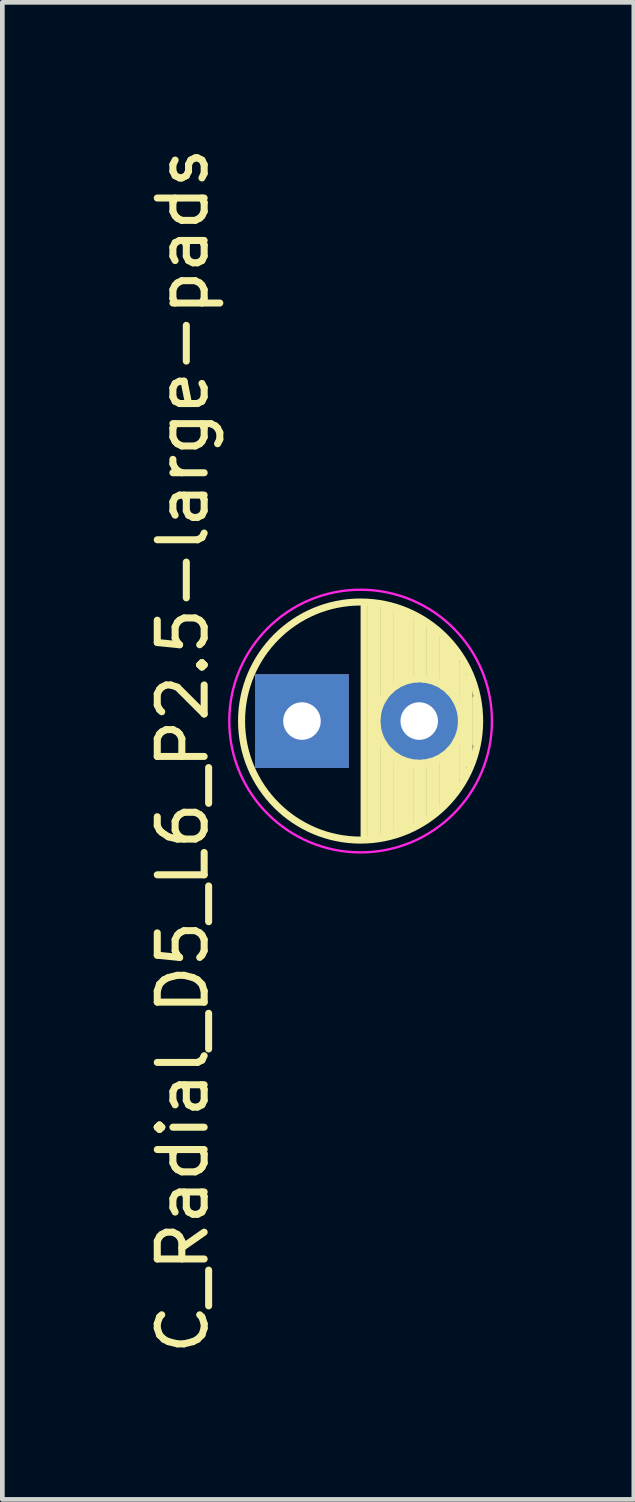
<source format=kicad_pcb>
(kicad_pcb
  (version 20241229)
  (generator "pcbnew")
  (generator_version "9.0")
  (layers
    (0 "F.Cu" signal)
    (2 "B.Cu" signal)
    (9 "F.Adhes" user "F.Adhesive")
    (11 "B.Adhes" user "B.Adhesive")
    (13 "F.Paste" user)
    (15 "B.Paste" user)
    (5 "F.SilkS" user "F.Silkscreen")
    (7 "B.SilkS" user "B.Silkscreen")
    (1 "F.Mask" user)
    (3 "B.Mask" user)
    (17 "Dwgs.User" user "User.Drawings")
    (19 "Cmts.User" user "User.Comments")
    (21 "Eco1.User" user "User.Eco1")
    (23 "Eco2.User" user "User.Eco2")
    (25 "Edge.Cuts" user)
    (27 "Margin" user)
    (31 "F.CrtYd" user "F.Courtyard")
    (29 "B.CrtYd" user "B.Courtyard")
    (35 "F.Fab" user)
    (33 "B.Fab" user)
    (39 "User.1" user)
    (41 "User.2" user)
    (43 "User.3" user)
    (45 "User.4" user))
  (footprint "C_Radial_D5_L6_P2.5-large-pads"
    (layer "F.Cu")
    (at 3.388 12.323)
    (property "Reference" "C_Radial_D5_L6_P2.5-large-pads" (at -2.54 0.635 90) (layer "F.SilkS") (effects (font (size 1 1) (thickness 0.15))))
    (attr through_hole)
    (fp_line (start 1.325 -2.499) (end 1.325 2.499) (stroke (width 0.15) (type solid)) (layer "F.SilkS"))
    (fp_line (start 1.465 -2.491) (end 1.465 2.491) (stroke (width 0.15) (type solid)) (layer "F.SilkS"))
    (fp_line (start 1.605 -2.475) (end 1.605 -0.095) (stroke (width 0.15) (type solid)) (layer "F.SilkS"))
    (fp_line (start 1.605 0.095) (end 1.605 2.475) (stroke (width 0.15) (type solid)) (layer "F.SilkS"))
    (fp_line (start 1.745 -2.451) (end 1.745 -0.49) (stroke (width 0.15) (type solid)) (layer "F.SilkS"))
    (fp_line (start 1.745 0.49) (end 1.745 2.451) (stroke (width 0.15) (type solid)) (layer "F.SilkS"))
    (fp_line (start 1.885 -2.418) (end 1.885 -0.657) (stroke (width 0.15) (type solid)) (layer "F.SilkS"))
    (fp_line (start 1.885 0.657) (end 1.885 2.418) (stroke (width 0.15) (type solid)) (layer "F.SilkS"))
    (fp_line (start 2.025 -2.377) (end 2.025 -0.764) (stroke (width 0.15) (type solid)) (layer "F.SilkS"))
    (fp_line (start 2.025 0.764) (end 2.025 2.377) (stroke (width 0.15) (type solid)) (layer "F.SilkS"))
    (fp_line (start 2.165 -2.327) (end 2.165 -0.835) (stroke (width 0.15) (type solid)) (layer "F.SilkS"))
    (fp_line (start 2.165 0.835) (end 2.165 2.327) (stroke (width 0.15) (type solid)) (layer "F.SilkS"))
    (fp_line (start 2.305 -2.266) (end 2.305 -0.879) (stroke (width 0.15) (type solid)) (layer "F.SilkS"))
    (fp_line (start 2.305 0.879) (end 2.305 2.266) (stroke (width 0.15) (type solid)) (layer "F.SilkS"))
    (fp_line (start 2.445 -2.196) (end 2.445 -0.898) (stroke (width 0.15) (type solid)) (layer "F.SilkS"))
    (fp_line (start 2.445 0.898) (end 2.445 2.196) (stroke (width 0.15) (type solid)) (layer "F.SilkS"))
    (fp_line (start 2.585 -2.114) (end 2.585 -0.896) (stroke (width 0.15) (type solid)) (layer "F.SilkS"))
    (fp_line (start 2.585 0.896) (end 2.585 2.114) (stroke (width 0.15) (type solid)) (layer "F.SilkS"))
    (fp_line (start 2.725 -2.019) (end 2.725 -0.871) (stroke (width 0.15) (type solid)) (layer "F.SilkS"))
    (fp_line (start 2.725 0.871) (end 2.725 2.019) (stroke (width 0.15) (type solid)) (layer "F.SilkS"))
    (fp_line (start 2.865 -1.908) (end 2.865 -0.823) (stroke (width 0.15) (type solid)) (layer "F.SilkS"))
    (fp_line (start 2.865 0.823) (end 2.865 1.908) (stroke (width 0.15) (type solid)) (layer "F.SilkS"))
    (fp_line (start 3.005 -1.78) (end 3.005 -0.745) (stroke (width 0.15) (type solid)) (layer "F.SilkS"))
    (fp_line (start 3.005 0.745) (end 3.005 1.78) (stroke (width 0.15) (type solid)) (layer "F.SilkS"))
    (fp_line (start 3.145 -1.631) (end 3.145 -0.628) (stroke (width 0.15) (type solid)) (layer "F.SilkS"))
    (fp_line (start 3.145 0.628) (end 3.145 1.631) (stroke (width 0.15) (type solid)) (layer "F.SilkS"))
    (fp_line (start 3.285 -1.452) (end 3.285 -0.44) (stroke (width 0.15) (type solid)) (layer "F.SilkS"))
    (fp_line (start 3.285 0.44) (end 3.285 1.452) (stroke (width 0.15) (type solid)) (layer "F.SilkS"))
    (fp_line (start 3.425 -1.233) (end 3.425 1.233) (stroke (width 0.15) (type solid)) (layer "F.SilkS"))
    (fp_line (start 3.565 -0.944) (end 3.565 0.944) (stroke (width 0.15) (type solid)) (layer "F.SilkS"))
    (fp_line (start 3.705 -0.472) (end 3.705 0.472) (stroke (width 0.15) (type solid)) (layer "F.SilkS"))
    (fp_circle (center 1.25 0) (end 1.25 -2.538) (stroke (width 0.15) (type solid)) (fill no) (layer "F.SilkS"))
    (fp_circle (center 2.5 0) (end 2.5 -0.9) (stroke (width 0.15) (type solid)) (fill no) (layer "F.SilkS"))
    (fp_circle (center 1.25 0) (end 1.25 -2.8) (stroke (width 0.05) (type solid)) (fill no) (layer "F.CrtYd"))
    (pad "1" thru_hole rect (at 0 0) (size 2 2) (drill 0.8) (layers "*.Cu" "*.Mask"))
    (pad "2" thru_hole circle (at 2.5 0) (size 2 2) (drill 0.8) (layers "*.Cu" "*.Mask")))
  (gr_rect
    (start -3 -3)
    (end 10.463 28.917)
    (stroke (width 0.1) (type default))
    (fill no)
    (layer "Edge.Cuts")))
</source>
